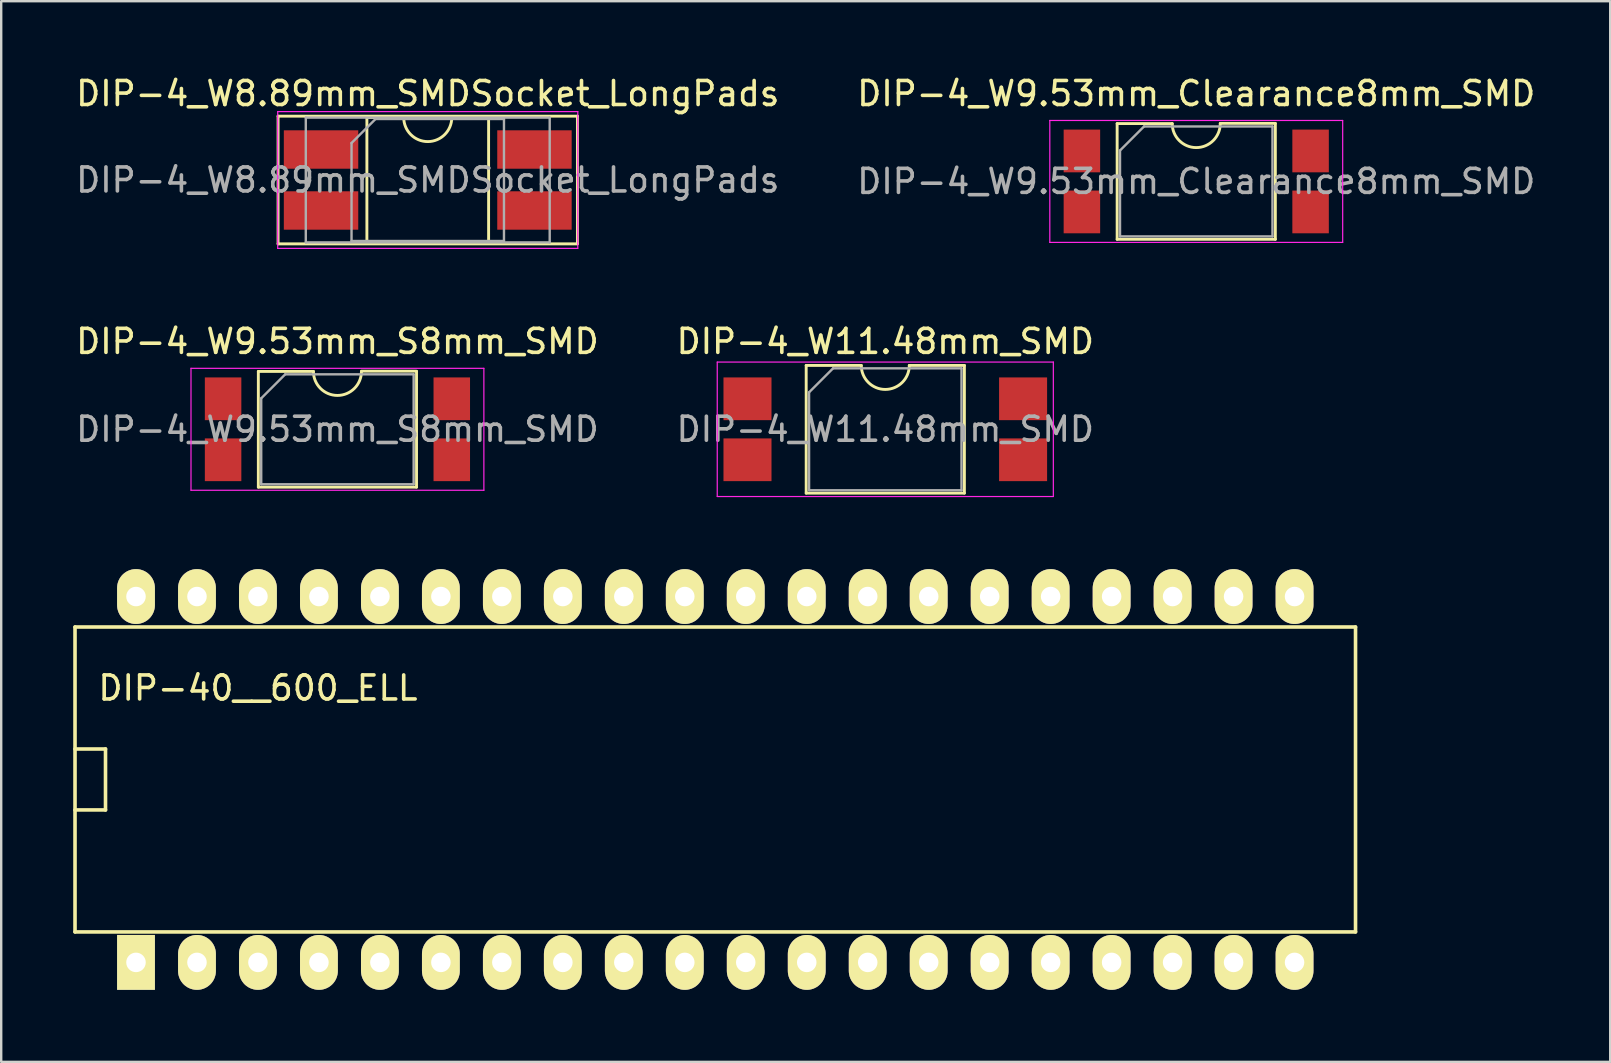
<source format=kicad_pcb>
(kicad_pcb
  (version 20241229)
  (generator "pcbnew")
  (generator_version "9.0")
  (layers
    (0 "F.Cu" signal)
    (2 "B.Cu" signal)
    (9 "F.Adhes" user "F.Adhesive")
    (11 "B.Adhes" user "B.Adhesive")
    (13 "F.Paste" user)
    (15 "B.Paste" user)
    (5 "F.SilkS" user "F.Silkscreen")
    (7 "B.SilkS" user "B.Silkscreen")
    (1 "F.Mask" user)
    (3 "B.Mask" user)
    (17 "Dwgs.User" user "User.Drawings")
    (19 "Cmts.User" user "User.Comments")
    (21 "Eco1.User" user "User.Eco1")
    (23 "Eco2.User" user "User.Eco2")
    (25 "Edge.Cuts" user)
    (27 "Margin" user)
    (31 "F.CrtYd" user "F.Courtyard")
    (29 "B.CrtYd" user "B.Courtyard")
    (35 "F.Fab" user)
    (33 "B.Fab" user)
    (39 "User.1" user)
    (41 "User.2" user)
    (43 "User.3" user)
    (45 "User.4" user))
  (footprint "DIP-4_W9.53mm_Clearance8mm_SMD"
    (layer "F.Cu")
    (at 46.78 4.508)
    (property "Reference" "DIP-4_W9.53mm_Clearance8mm_SMD" (at 0 -3.66 0) (layer "F.SilkS") (effects (font (size 1 1) (thickness 0.15))))
    (attr smd)
    (fp_line (start -3.295 -2.41) (end -3.295 2.41) (stroke (width 0.12) (type solid)) (layer "F.SilkS"))
    (fp_line (start -3.295 2.41) (end 3.295 2.41) (stroke (width 0.12) (type solid)) (layer "F.SilkS"))
    (fp_line (start -1 -2.41) (end -3.295 -2.41) (stroke (width 0.12) (type solid)) (layer "F.SilkS"))
    (fp_line (start 3.295 -2.42) (end 1 -2.42) (stroke (width 0.12) (type solid)) (layer "F.SilkS"))
    (fp_line (start 3.295 2.41) (end 3.295 -2.41) (stroke (width 0.12) (type solid)) (layer "F.SilkS"))
    (fp_arc (start 1 -2.41) (mid 0 -1.41) (end -1 -2.41) (stroke (width 0.12) (type solid)) (layer "F.SilkS"))
    (fp_line (start -6.1 -2.54) (end -6.1 2.54) (stroke (width 0.05) (type solid)) (layer "F.CrtYd"))
    (fp_line (start -6.1 2.54) (end 6.1 2.54) (stroke (width 0.05) (type solid)) (layer "F.CrtYd"))
    (fp_line (start 6.1 -2.54) (end -6.1 -2.54) (stroke (width 0.05) (type solid)) (layer "F.CrtYd"))
    (fp_line (start 6.1 2.54) (end 6.1 -2.54) (stroke (width 0.05) (type solid)) (layer "F.CrtYd"))
    (fp_line (start -3.175 -1.29) (end -2.175 -2.29) (stroke (width 0.1) (type solid)) (layer "F.Fab"))
    (fp_line (start -3.175 2.29) (end -3.175 -1.29) (stroke (width 0.1) (type solid)) (layer "F.Fab"))
    (fp_line (start -2.175 -2.29) (end 3.175 -2.29) (stroke (width 0.1) (type solid)) (layer "F.Fab"))
    (fp_line (start 3.175 -2.29) (end 3.175 2.29) (stroke (width 0.1) (type solid)) (layer "F.Fab"))
    (fp_line (start 3.175 2.29) (end -3.175 2.29) (stroke (width 0.1) (type solid)) (layer "F.Fab"))
    (fp_text user "${REFERENCE}" (at 0 0 0) (layer "F.Fab") (effects (font (size 1 1) (thickness 0.15))))
    (pad "1" smd rect (at -4.763 -1.27) (size 1.52 1.78) (layers "F.Cu" "F.Mask" "F.Paste"))
    (pad "2" smd rect (at -4.763 1.27) (size 1.52 1.78) (layers "F.Cu" "F.Mask" "F.Paste"))
    (pad "3" smd rect (at 4.763 1.27) (size 1.52 1.78) (layers "F.Cu" "F.Mask" "F.Paste"))
    (pad "4" smd rect (at 4.763 -1.27) (size 1.52 1.78) (layers "F.Cu" "F.Mask" "F.Paste")))
  (footprint "DIP-4_W11.48mm_SMD"
    (layer "F.Cu")
    (at 33.827 14.832)
    (property "Reference" "DIP-4_W11.48mm_SMD" (at 0 -3.66 0) (layer "F.SilkS") (effects (font (size 1 1) (thickness 0.15))))
    (attr smd)
    (fp_line (start -3.295 -2.66) (end -3.295 2.66) (stroke (width 0.12) (type solid)) (layer "F.SilkS"))
    (fp_line (start -3.295 2.66) (end 3.295 2.66) (stroke (width 0.12) (type solid)) (layer "F.SilkS"))
    (fp_line (start -1 -2.66) (end -3.295 -2.66) (stroke (width 0.12) (type solid)) (layer "F.SilkS"))
    (fp_line (start 3.295 -2.66) (end 1 -2.66) (stroke (width 0.12) (type solid)) (layer "F.SilkS"))
    (fp_line (start 3.295 2.66) (end 3.295 -2.66) (stroke (width 0.12) (type solid)) (layer "F.SilkS"))
    (fp_arc (start 1 -2.66) (mid 0 -1.66) (end -1 -2.66) (stroke (width 0.12) (type solid)) (layer "F.SilkS"))
    (fp_line (start -7 -2.8) (end -7 2.8) (stroke (width 0.05) (type solid)) (layer "F.CrtYd"))
    (fp_line (start -7 2.8) (end 7 2.8) (stroke (width 0.05) (type solid)) (layer "F.CrtYd"))
    (fp_line (start 7 -2.8) (end -7 -2.8) (stroke (width 0.05) (type solid)) (layer "F.CrtYd"))
    (fp_line (start 7 2.8) (end 7 -2.8) (stroke (width 0.05) (type solid)) (layer "F.CrtYd"))
    (fp_line (start -3.175 -1.54) (end -2.175 -2.54) (stroke (width 0.1) (type solid)) (layer "F.Fab"))
    (fp_line (start -3.175 2.54) (end -3.175 -1.54) (stroke (width 0.1) (type solid)) (layer "F.Fab"))
    (fp_line (start -2.175 -2.54) (end 3.175 -2.54) (stroke (width 0.1) (type solid)) (layer "F.Fab"))
    (fp_line (start 3.175 -2.54) (end 3.175 2.54) (stroke (width 0.1) (type solid)) (layer "F.Fab"))
    (fp_line (start 3.175 2.54) (end -3.175 2.54) (stroke (width 0.1) (type solid)) (layer "F.Fab"))
    (fp_text user "${REFERENCE}" (at 0 0 0) (layer "F.Fab") (effects (font (size 1 1) (thickness 0.15))))
    (pad "1" smd rect (at -5.74 -1.27) (size 2 1.78) (layers "F.Cu" "F.Mask" "F.Paste"))
    (pad "2" smd rect (at -5.74 1.27) (size 2 1.78) (layers "F.Cu" "F.Mask" "F.Paste"))
    (pad "3" smd rect (at 5.74 1.27) (size 2 1.78) (layers "F.Cu" "F.Mask" "F.Paste"))
    (pad "4" smd rect (at 5.74 -1.27) (size 2 1.78) (layers "F.Cu" "F.Mask" "F.Paste")))
  (footprint "DIP-4_W9.53mm_S8mm_SMD"
    (layer "F.Cu")
    (at 11.006 14.832)
    (property "Reference" "DIP-4_W9.53mm_S8mm_SMD" (at 0 -3.66 0) (layer "F.SilkS") (effects (font (size 1 1) (thickness 0.15))))
    (attr smd)
    (fp_line (start -3.295 -2.41) (end -3.295 2.41) (stroke (width 0.12) (type solid)) (layer "F.SilkS"))
    (fp_line (start -3.295 2.41) (end 3.295 2.41) (stroke (width 0.12) (type solid)) (layer "F.SilkS"))
    (fp_line (start -1 -2.41) (end -3.295 -2.41) (stroke (width 0.12) (type solid)) (layer "F.SilkS"))
    (fp_line (start 3.295 -2.42) (end 1 -2.42) (stroke (width 0.12) (type solid)) (layer "F.SilkS"))
    (fp_line (start 3.295 2.41) (end 3.295 -2.41) (stroke (width 0.12) (type solid)) (layer "F.SilkS"))
    (fp_arc (start 1 -2.41) (mid 0 -1.41) (end -1 -2.41) (stroke (width 0.12) (type solid)) (layer "F.SilkS"))
    (fp_line (start -6.1 -2.54) (end -6.1 2.54) (stroke (width 0.05) (type solid)) (layer "F.CrtYd"))
    (fp_line (start -6.1 2.54) (end 6.1 2.54) (stroke (width 0.05) (type solid)) (layer "F.CrtYd"))
    (fp_line (start 6.1 -2.54) (end -6.1 -2.54) (stroke (width 0.05) (type solid)) (layer "F.CrtYd"))
    (fp_line (start 6.1 2.54) (end 6.1 -2.54) (stroke (width 0.05) (type solid)) (layer "F.CrtYd"))
    (fp_line (start -3.175 -1.29) (end -2.175 -2.29) (stroke (width 0.1) (type solid)) (layer "F.Fab"))
    (fp_line (start -3.175 2.29) (end -3.175 -1.29) (stroke (width 0.1) (type solid)) (layer "F.Fab"))
    (fp_line (start -2.175 -2.29) (end 3.175 -2.29) (stroke (width 0.1) (type solid)) (layer "F.Fab"))
    (fp_line (start 3.175 -2.29) (end 3.175 2.29) (stroke (width 0.1) (type solid)) (layer "F.Fab"))
    (fp_line (start 3.175 2.29) (end -3.175 2.29) (stroke (width 0.1) (type solid)) (layer "F.Fab"))
    (fp_text user "${REFERENCE}" (at 0 0 0) (layer "F.Fab") (effects (font (size 1 1) (thickness 0.15))))
    (pad "1" smd rect (at -4.763 -1.27) (size 1.52 1.78) (layers "F.Cu" "F.Mask" "F.Paste"))
    (pad "2" smd rect (at -4.763 1.27) (size 1.52 1.78) (layers "F.Cu" "F.Mask" "F.Paste"))
    (pad "3" smd rect (at 4.763 1.27) (size 1.52 1.78) (layers "F.Cu" "F.Mask" "F.Paste"))
    (pad "4" smd rect (at 4.763 -1.27) (size 1.52 1.78) (layers "F.Cu" "F.Mask" "F.Paste")))
  (footprint "DIP-4_W8.89mm_SMDSocket_LongPads"
    (layer "F.Cu")
    (at 14.768 4.448)
    (property "Reference" "DIP-4_W8.89mm_SMDSocket_LongPads" (at 0 -3.6 0) (layer "F.SilkS") (effects (font (size 1 1) (thickness 0.15))))
    (attr smd)
    (fp_line (start -6.235 -2.66) (end -6.235 2.66) (stroke (width 0.12) (type solid)) (layer "F.SilkS"))
    (fp_line (start -6.235 2.66) (end 6.235 2.66) (stroke (width 0.12) (type solid)) (layer "F.SilkS"))
    (fp_line (start -2.535 -2.6) (end -2.535 2.6) (stroke (width 0.12) (type solid)) (layer "F.SilkS"))
    (fp_line (start -2.535 2.6) (end 2.535 2.6) (stroke (width 0.12) (type solid)) (layer "F.SilkS"))
    (fp_line (start -1 -2.6) (end -2.535 -2.6) (stroke (width 0.12) (type solid)) (layer "F.SilkS"))
    (fp_line (start 2.535 -2.6) (end 1 -2.6) (stroke (width 0.12) (type solid)) (layer "F.SilkS"))
    (fp_line (start 2.535 2.6) (end 2.535 -2.6) (stroke (width 0.12) (type solid)) (layer "F.SilkS"))
    (fp_line (start 6.235 -2.66) (end -6.235 -2.66) (stroke (width 0.12) (type solid)) (layer "F.SilkS"))
    (fp_line (start 6.235 2.66) (end 6.235 -2.66) (stroke (width 0.12) (type solid)) (layer "F.SilkS"))
    (fp_arc (start 1 -2.6) (mid 0 -1.6) (end -1 -2.6) (stroke (width 0.12) (type solid)) (layer "F.SilkS"))
    (fp_line (start -6.25 -2.85) (end -6.25 2.85) (stroke (width 0.05) (type solid)) (layer "F.CrtYd"))
    (fp_line (start -6.25 2.85) (end 6.25 2.85) (stroke (width 0.05) (type solid)) (layer "F.CrtYd"))
    (fp_line (start 6.25 -2.85) (end -6.25 -2.85) (stroke (width 0.05) (type solid)) (layer "F.CrtYd"))
    (fp_line (start 6.25 2.85) (end 6.25 -2.85) (stroke (width 0.05) (type solid)) (layer "F.CrtYd"))
    (fp_line (start -5.08 -2.6) (end -5.08 2.6) (stroke (width 0.1) (type solid)) (layer "F.Fab"))
    (fp_line (start -5.08 2.6) (end 5.08 2.6) (stroke (width 0.1) (type solid)) (layer "F.Fab"))
    (fp_line (start -3.175 -1.54) (end -2.175 -2.54) (stroke (width 0.1) (type solid)) (layer "F.Fab"))
    (fp_line (start -3.175 2.54) (end -3.175 -1.54) (stroke (width 0.1) (type solid)) (layer "F.Fab"))
    (fp_line (start -2.175 -2.54) (end 3.175 -2.54) (stroke (width 0.1) (type solid)) (layer "F.Fab"))
    (fp_line (start 3.175 -2.54) (end 3.175 2.54) (stroke (width 0.1) (type solid)) (layer "F.Fab"))
    (fp_line (start 3.175 2.54) (end -3.175 2.54) (stroke (width 0.1) (type solid)) (layer "F.Fab"))
    (fp_line (start 5.08 -2.6) (end -5.08 -2.6) (stroke (width 0.1) (type solid)) (layer "F.Fab"))
    (fp_line (start 5.08 2.6) (end 5.08 -2.6) (stroke (width 0.1) (type solid)) (layer "F.Fab"))
    (fp_text user "${REFERENCE}" (at 0 0 0) (layer "F.Fab") (effects (font (size 1 1) (thickness 0.15))))
    (pad "1" smd rect (at -4.445 -1.27) (size 3.1 1.6) (layers "F.Cu" "F.Mask" "F.Paste"))
    (pad "2" smd rect (at -4.445 1.27) (size 3.1 1.6) (layers "F.Cu" "F.Mask" "F.Paste"))
    (pad "3" smd rect (at 4.445 1.27) (size 3.1 1.6) (layers "F.Cu" "F.Mask" "F.Paste"))
    (pad "4" smd rect (at 4.445 -1.27) (size 3.1 1.6) (layers "F.Cu" "F.Mask" "F.Paste")))
  (footprint "DIP-40__600_ELL"
    (layer "F.Cu")
    (at 26.745 29.419)
    (property "Reference" "DIP-40__600_ELL" (at -19.05 -3.81 0) (layer "F.SilkS") (effects (font (size 1 1) (thickness 0.15))))
    (attr through_hole)
    (fp_line (start -26.67 -6.35) (end 26.67 -6.35) (stroke (width 0.15) (type solid)) (layer "F.SilkS"))
    (fp_line (start -26.67 -1.27) (end -25.4 -1.27) (stroke (width 0.15) (type solid)) (layer "F.SilkS"))
    (fp_line (start -26.67 6.35) (end -26.67 -6.35) (stroke (width 0.15) (type solid)) (layer "F.SilkS"))
    (fp_line (start -25.4 -1.27) (end -25.4 1.27) (stroke (width 0.15) (type solid)) (layer "F.SilkS"))
    (fp_line (start -25.4 1.27) (end -26.67 1.27) (stroke (width 0.15) (type solid)) (layer "F.SilkS"))
    (fp_line (start 26.67 -6.35) (end 26.67 6.35) (stroke (width 0.15) (type solid)) (layer "F.SilkS"))
    (fp_line (start 26.67 6.35) (end -26.67 6.35) (stroke (width 0.15) (type solid)) (layer "F.SilkS"))
    (pad "1" thru_hole rect (at -24.13 7.62) (size 1.575 2.286) (drill 0.813) (layers "*.Cu" "*.Mask" "F.SilkS"))
    (pad "2" thru_hole oval (at -21.59 7.62) (size 1.575 2.286) (drill 0.813) (layers "*.Cu" "*.Mask" "F.SilkS"))
    (pad "3" thru_hole oval (at -19.05 7.62) (size 1.575 2.286) (drill 0.813) (layers "*.Cu" "*.Mask" "F.SilkS"))
    (pad "4" thru_hole oval (at -16.51 7.62) (size 1.575 2.286) (drill 0.813) (layers "*.Cu" "*.Mask" "F.SilkS"))
    (pad "5" thru_hole oval (at -13.97 7.62) (size 1.575 2.286) (drill 0.813) (layers "*.Cu" "*.Mask" "F.SilkS"))
    (pad "6" thru_hole oval (at -11.43 7.62) (size 1.575 2.286) (drill 0.813) (layers "*.Cu" "*.Mask" "F.SilkS"))
    (pad "7" thru_hole oval (at -8.89 7.62) (size 1.575 2.286) (drill 0.813) (layers "*.Cu" "*.Mask" "F.SilkS"))
    (pad "8" thru_hole oval (at -6.35 7.62) (size 1.575 2.286) (drill 0.813) (layers "*.Cu" "*.Mask" "F.SilkS"))
    (pad "9" thru_hole oval (at -3.81 7.62) (size 1.575 2.286) (drill 0.813) (layers "*.Cu" "*.Mask" "F.SilkS"))
    (pad "10" thru_hole oval (at -1.27 7.62) (size 1.575 2.286) (drill 0.813) (layers "*.Cu" "*.Mask" "F.SilkS"))
    (pad "11" thru_hole oval (at 1.27 7.62) (size 1.575 2.286) (drill 0.813) (layers "*.Cu" "*.Mask" "F.SilkS"))
    (pad "12" thru_hole oval (at 3.81 7.62) (size 1.575 2.286) (drill 0.813) (layers "*.Cu" "*.Mask" "F.SilkS"))
    (pad "13" thru_hole oval (at 6.35 7.62) (size 1.575 2.286) (drill 0.813) (layers "*.Cu" "*.Mask" "F.SilkS"))
    (pad "14" thru_hole oval (at 8.89 7.62) (size 1.575 2.286) (drill 0.813) (layers "*.Cu" "*.Mask" "F.SilkS"))
    (pad "15" thru_hole oval (at 11.43 7.62) (size 1.575 2.286) (drill 0.813) (layers "*.Cu" "*.Mask" "F.SilkS"))
    (pad "16" thru_hole oval (at 13.97 7.62) (size 1.575 2.286) (drill 0.813) (layers "*.Cu" "*.Mask" "F.SilkS"))
    (pad "17" thru_hole oval (at 16.51 7.62) (size 1.575 2.286) (drill 0.813) (layers "*.Cu" "*.Mask" "F.SilkS"))
    (pad "18" thru_hole oval (at 19.05 7.62) (size 1.575 2.286) (drill 0.813) (layers "*.Cu" "*.Mask" "F.SilkS"))
    (pad "19" thru_hole oval (at 21.59 7.62) (size 1.575 2.286) (drill 0.813) (layers "*.Cu" "*.Mask" "F.SilkS"))
    (pad "20" thru_hole oval (at 24.13 7.62) (size 1.575 2.286) (drill 0.813) (layers "*.Cu" "*.Mask" "F.SilkS"))
    (pad "21" thru_hole oval (at 24.13 -7.62) (size 1.575 2.286) (drill 0.813) (layers "*.Cu" "*.Mask" "F.SilkS"))
    (pad "22" thru_hole oval (at 21.59 -7.62) (size 1.575 2.286) (drill 0.813) (layers "*.Cu" "*.Mask" "F.SilkS"))
    (pad "23" thru_hole oval (at 19.05 -7.62) (size 1.575 2.286) (drill 0.813) (layers "*.Cu" "*.Mask" "F.SilkS"))
    (pad "24" thru_hole oval (at 16.51 -7.62) (size 1.575 2.286) (drill 0.813) (layers "*.Cu" "*.Mask" "F.SilkS"))
    (pad "25" thru_hole oval (at 13.97 -7.62) (size 1.575 2.286) (drill 0.813) (layers "*.Cu" "*.Mask" "F.SilkS"))
    (pad "26" thru_hole oval (at 11.43 -7.62) (size 1.575 2.286) (drill 0.813) (layers "*.Cu" "*.Mask" "F.SilkS"))
    (pad "27" thru_hole oval (at 8.89 -7.62) (size 1.575 2.286) (drill 0.813) (layers "*.Cu" "*.Mask" "F.SilkS"))
    (pad "28" thru_hole oval (at 6.35 -7.62) (size 1.575 2.286) (drill 0.813) (layers "*.Cu" "*.Mask" "F.SilkS"))
    (pad "29" thru_hole oval (at 3.81 -7.62) (size 1.575 2.286) (drill 0.813) (layers "*.Cu" "*.Mask" "F.SilkS"))
    (pad "30" thru_hole oval (at 1.27 -7.62) (size 1.575 2.286) (drill 0.813) (layers "*.Cu" "*.Mask" "F.SilkS"))
    (pad "31" thru_hole oval (at -1.27 -7.62) (size 1.575 2.286) (drill 0.813) (layers "*.Cu" "*.Mask" "F.SilkS"))
    (pad "32" thru_hole oval (at -3.81 -7.62) (size 1.575 2.286) (drill 0.813) (layers "*.Cu" "*.Mask" "F.SilkS"))
    (pad "33" thru_hole oval (at -6.35 -7.62) (size 1.575 2.286) (drill 0.813) (layers "*.Cu" "*.Mask" "F.SilkS"))
    (pad "34" thru_hole oval (at -8.89 -7.62) (size 1.575 2.286) (drill 0.813) (layers "*.Cu" "*.Mask" "F.SilkS"))
    (pad "35" thru_hole oval (at -11.43 -7.62) (size 1.575 2.286) (drill 0.813) (layers "*.Cu" "*.Mask" "F.SilkS"))
    (pad "36" thru_hole oval (at -13.97 -7.62) (size 1.575 2.286) (drill 0.813) (layers "*.Cu" "*.Mask" "F.SilkS"))
    (pad "37" thru_hole oval (at -16.51 -7.62) (size 1.575 2.286) (drill 0.813) (layers "*.Cu" "*.Mask" "F.SilkS"))
    (pad "38" thru_hole oval (at -19.05 -7.62) (size 1.575 2.286) (drill 0.813) (layers "*.Cu" "*.Mask" "F.SilkS"))
    (pad "39" thru_hole oval (at -21.59 -7.62) (size 1.575 2.286) (drill 0.813) (layers "*.Cu" "*.Mask" "F.SilkS"))
    (pad "40" thru_hole oval (at -24.13 -7.62) (size 1.575 2.286) (drill 0.813) (layers "*.Cu" "*.Mask" "F.SilkS")))
  (gr_rect
    (start -3 -3)
    (end 64.024 41.182)
    (stroke (width 0.1) (type default))
    (fill no)
    (layer "Edge.Cuts")))
</source>
